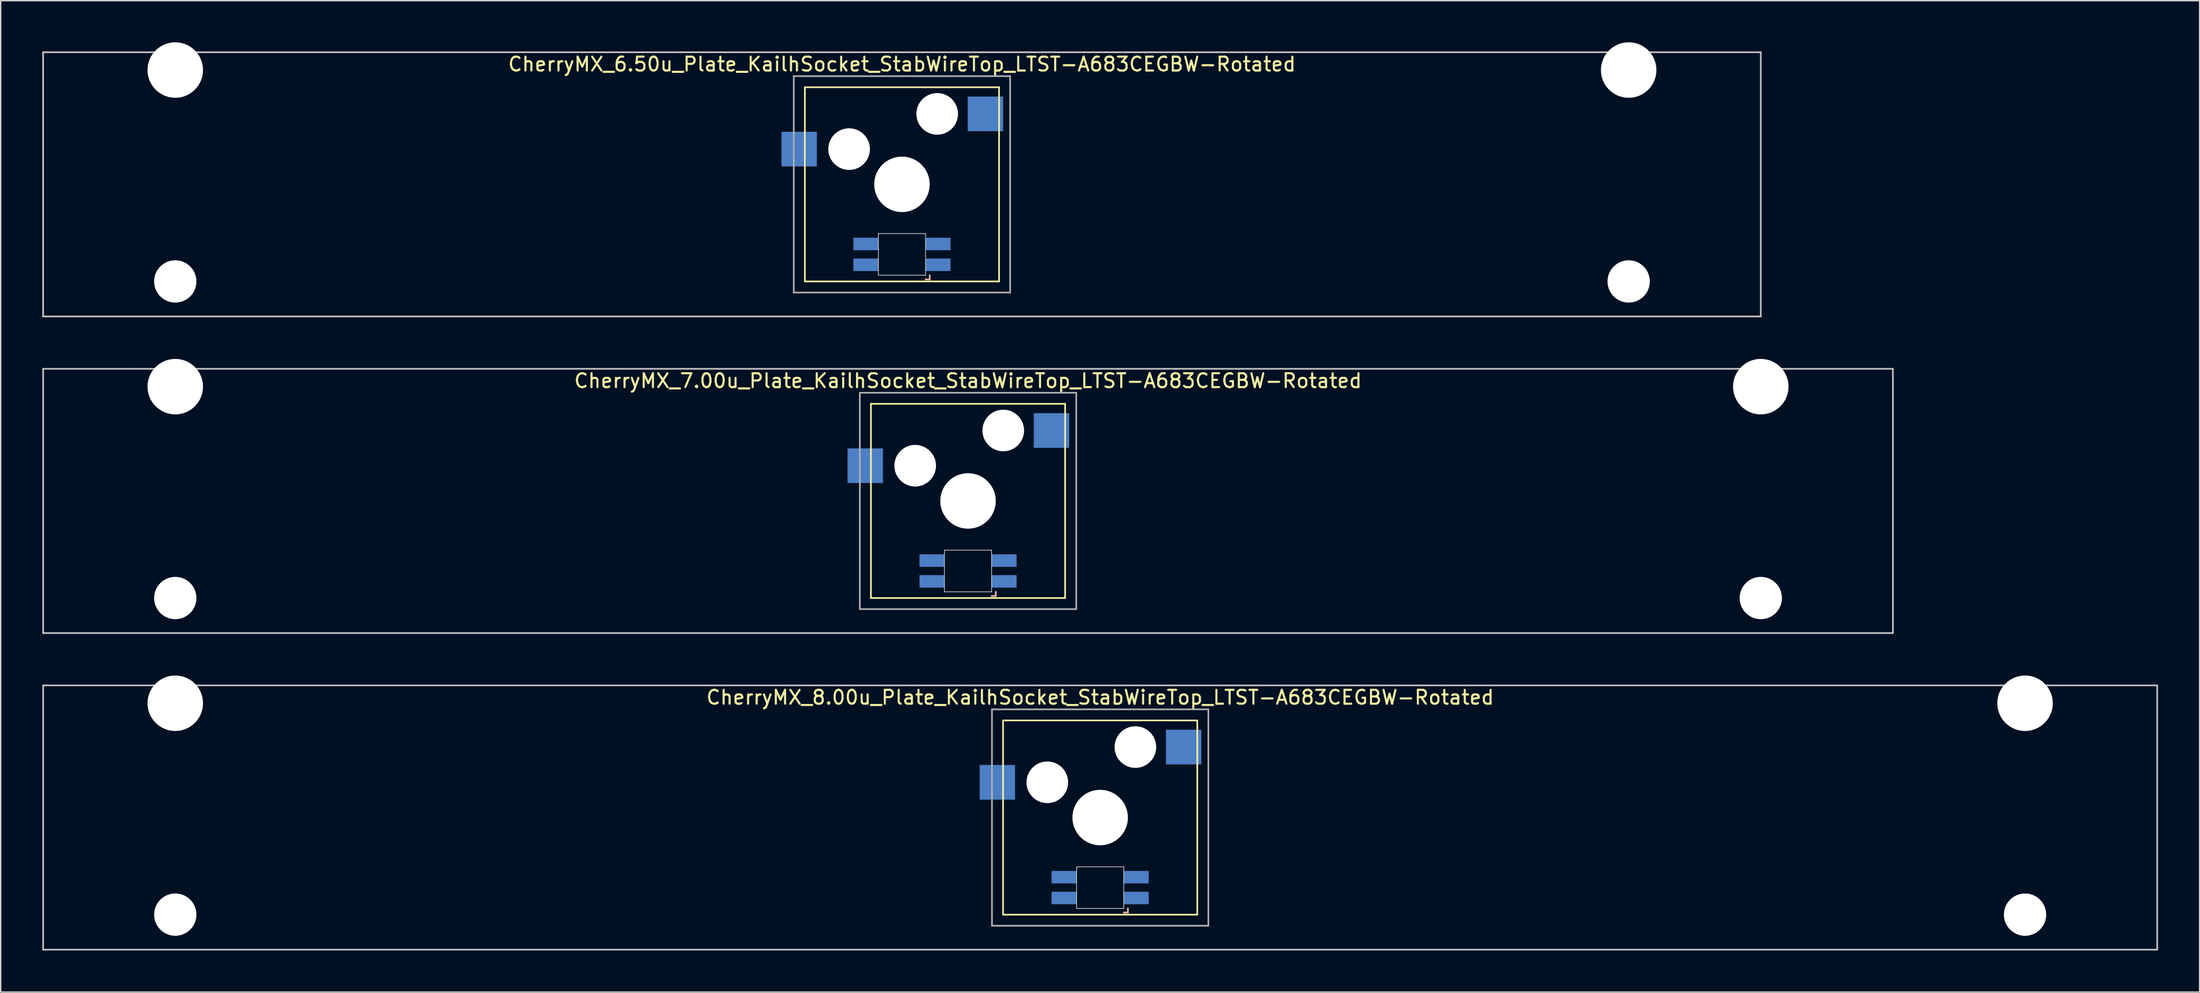
<source format=kicad_pcb>
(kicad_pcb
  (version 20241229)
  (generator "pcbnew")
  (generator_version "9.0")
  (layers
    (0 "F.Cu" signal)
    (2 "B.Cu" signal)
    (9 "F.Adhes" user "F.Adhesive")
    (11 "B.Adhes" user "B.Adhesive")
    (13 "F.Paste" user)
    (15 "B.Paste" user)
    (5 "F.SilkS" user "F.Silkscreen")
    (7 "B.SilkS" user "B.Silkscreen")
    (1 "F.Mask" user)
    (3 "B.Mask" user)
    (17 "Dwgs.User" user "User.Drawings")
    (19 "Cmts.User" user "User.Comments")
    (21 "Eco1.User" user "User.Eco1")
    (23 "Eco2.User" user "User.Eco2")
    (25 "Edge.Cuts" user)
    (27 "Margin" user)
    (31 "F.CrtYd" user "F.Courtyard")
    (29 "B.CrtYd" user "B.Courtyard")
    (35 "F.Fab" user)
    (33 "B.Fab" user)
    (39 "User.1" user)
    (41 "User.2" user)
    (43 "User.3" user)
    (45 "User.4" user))
  (footprint "CherryMX_8.00u_Plate_KailhSocket_StabWireTop_LTST-A683CEGBW-Rotated"
    (layer "F.Cu")
    (at 76.26 55.89)
    (property "Reference" "CherryMX_8.00u_Plate_KailhSocket_StabWireTop_LTST-A683CEGBW-Rotated" (at 0 -8.662 0) (layer "F.SilkS") (effects (font (size 1 1) (thickness 0.15))))
    (attr through_hole)
    (fp_line (start -7 -7) (end -7 7) (stroke (width 0.12) (type solid)) (layer "F.SilkS"))
    (fp_line (start -7 -7) (end 7 -7) (stroke (width 0.12) (type solid)) (layer "F.SilkS"))
    (fp_line (start 7 -7) (end 7 7) (stroke (width 0.12) (type solid)) (layer "F.SilkS"))
    (fp_line (start 7 7) (end -7 7) (stroke (width 0.12) (type solid)) (layer "F.SilkS"))
    (fp_line (start 1.7 6.85) (end 2 6.85) (stroke (width 0.12) (type solid)) (layer "B.SilkS"))
    (fp_line (start 2 6.85) (end 2 6.55) (stroke (width 0.12) (type solid)) (layer "B.SilkS"))
    (fp_line (start -76.2 -9.525) (end 76.2 -9.525) (stroke (width 0.12) (type solid)) (layer "Dwgs.User"))
    (fp_line (start -76.2 9.525) (end -76.2 -9.525) (stroke (width 0.12) (type solid)) (layer "Dwgs.User"))
    (fp_line (start 76.2 -9.525) (end 76.2 9.525) (stroke (width 0.12) (type solid)) (layer "Dwgs.User"))
    (fp_line (start 76.2 9.525) (end -76.2 9.525) (stroke (width 0.12) (type solid)) (layer "Dwgs.User"))
    (fp_line (start -1.7 3.55) (end 1.7 3.55) (stroke (width 0.05) (type solid)) (layer "Edge.Cuts"))
    (fp_line (start -1.7 6.55) (end -1.7 3.55) (stroke (width 0.05) (type solid)) (layer "Edge.Cuts"))
    (fp_line (start 1.7 3.55) (end 1.7 6.55) (stroke (width 0.05) (type solid)) (layer "Edge.Cuts"))
    (fp_line (start 1.7 6.55) (end -1.7 6.55) (stroke (width 0.05) (type solid)) (layer "Edge.Cuts"))
    (fp_line (start -7.8 -7.8) (end -7.8 7.8) (stroke (width 0.12) (type solid)) (layer "F.Fab"))
    (fp_line (start -7.8 -7.8) (end 7.8 -7.8) (stroke (width 0.12) (type solid)) (layer "F.Fab"))
    (fp_line (start -7.8 7.8) (end 7.8 7.8) (stroke (width 0.12) (type solid)) (layer "F.Fab"))
    (fp_line (start 7.8 -7.8) (end 7.8 7.8) (stroke (width 0.12) (type solid)) (layer "F.Fab"))
    (pad "" np_thru_hole circle (at -66.675 -8.24) (size 4 4) (drill 4) (layers "*.Cu" "*.Mask"))
    (pad "" np_thru_hole circle (at -66.675 7) (size 3.05 3.05) (drill 3.05) (layers "*.Cu" "*.Mask"))
    (pad "" np_thru_hole circle (at -3.81 -2.54) (size 3 3) (drill 3) (layers "*.Cu" "*.Mask"))
    (pad "" np_thru_hole circle (at 0 0) (size 4 4) (drill 4) (layers "*.Cu" "*.Mask"))
    (pad "" np_thru_hole circle (at 2.54 -5.08) (size 3 3) (drill 3) (layers "*.Cu" "*.Mask"))
    (pad "" np_thru_hole circle (at 66.675 -8.24) (size 4 4) (drill 4) (layers "*.Cu" "*.Mask"))
    (pad "" np_thru_hole circle (at 66.675 7) (size 3.05 3.05) (drill 3.05) (layers "*.Cu" "*.Mask"))
    (pad "1" smd rect (at -7.41 -2.54) (size 2.55 2.5) (layers "B.Cu" "B.Mask" "B.Paste"))
    (pad "2" smd rect (at 6.015 -5.08) (size 2.55 2.5) (layers "B.Cu" "B.Mask" "B.Paste"))
    (pad "3" smd rect (at 2.6 5.8 180) (size 1.8 0.9) (layers "B.Cu" "B.Mask" "B.Paste"))
    (pad "4" smd rect (at 2.6 4.3 180) (size 1.8 0.9) (layers "B.Cu" "B.Mask" "B.Paste"))
    (pad "5" smd rect (at -2.6 5.8 180) (size 1.8 0.9) (layers "B.Cu" "B.Mask" "B.Paste"))
    (pad "6" smd rect (at -2.6 4.3 180) (size 1.8 0.9) (layers "B.Cu" "B.Mask" "B.Paste")))
  (footprint "CherryMX_7.00u_Plate_KailhSocket_StabWireTop_LTST-A683CEGBW-Rotated"
    (layer "F.Cu")
    (at 66.735 33.065)
    (property "Reference" "CherryMX_7.00u_Plate_KailhSocket_StabWireTop_LTST-A683CEGBW-Rotated" (at 0 -8.662 0) (layer "F.SilkS") (effects (font (size 1 1) (thickness 0.15))))
    (attr through_hole)
    (fp_line (start -7 -7) (end -7 7) (stroke (width 0.12) (type solid)) (layer "F.SilkS"))
    (fp_line (start -7 -7) (end 7 -7) (stroke (width 0.12) (type solid)) (layer "F.SilkS"))
    (fp_line (start 7 -7) (end 7 7) (stroke (width 0.12) (type solid)) (layer "F.SilkS"))
    (fp_line (start 7 7) (end -7 7) (stroke (width 0.12) (type solid)) (layer "F.SilkS"))
    (fp_line (start 1.7 6.85) (end 2 6.85) (stroke (width 0.12) (type solid)) (layer "B.SilkS"))
    (fp_line (start 2 6.85) (end 2 6.55) (stroke (width 0.12) (type solid)) (layer "B.SilkS"))
    (fp_line (start -66.675 -9.525) (end 66.675 -9.525) (stroke (width 0.12) (type solid)) (layer "Dwgs.User"))
    (fp_line (start -66.675 9.525) (end -66.675 -9.525) (stroke (width 0.12) (type solid)) (layer "Dwgs.User"))
    (fp_line (start 66.675 -9.525) (end 66.675 9.525) (stroke (width 0.12) (type solid)) (layer "Dwgs.User"))
    (fp_line (start 66.675 9.525) (end -66.675 9.525) (stroke (width 0.12) (type solid)) (layer "Dwgs.User"))
    (fp_line (start -1.7 3.55) (end 1.7 3.55) (stroke (width 0.05) (type solid)) (layer "Edge.Cuts"))
    (fp_line (start -1.7 6.55) (end -1.7 3.55) (stroke (width 0.05) (type solid)) (layer "Edge.Cuts"))
    (fp_line (start 1.7 3.55) (end 1.7 6.55) (stroke (width 0.05) (type solid)) (layer "Edge.Cuts"))
    (fp_line (start 1.7 6.55) (end -1.7 6.55) (stroke (width 0.05) (type solid)) (layer "Edge.Cuts"))
    (fp_line (start -7.8 -7.8) (end -7.8 7.8) (stroke (width 0.12) (type solid)) (layer "F.Fab"))
    (fp_line (start -7.8 -7.8) (end 7.8 -7.8) (stroke (width 0.12) (type solid)) (layer "F.Fab"))
    (fp_line (start -7.8 7.8) (end 7.8 7.8) (stroke (width 0.12) (type solid)) (layer "F.Fab"))
    (fp_line (start 7.8 -7.8) (end 7.8 7.8) (stroke (width 0.12) (type solid)) (layer "F.Fab"))
    (pad "" np_thru_hole circle (at -57.15 -8.24) (size 4 4) (drill 4) (layers "*.Cu" "*.Mask"))
    (pad "" np_thru_hole circle (at -57.15 7) (size 3.05 3.05) (drill 3.05) (layers "*.Cu" "*.Mask"))
    (pad "" np_thru_hole circle (at -3.81 -2.54) (size 3 3) (drill 3) (layers "*.Cu" "*.Mask"))
    (pad "" np_thru_hole circle (at 0 0) (size 4 4) (drill 4) (layers "*.Cu" "*.Mask"))
    (pad "" np_thru_hole circle (at 2.54 -5.08) (size 3 3) (drill 3) (layers "*.Cu" "*.Mask"))
    (pad "" np_thru_hole circle (at 57.15 -8.24) (size 4 4) (drill 4) (layers "*.Cu" "*.Mask"))
    (pad "" np_thru_hole circle (at 57.15 7) (size 3.05 3.05) (drill 3.05) (layers "*.Cu" "*.Mask"))
    (pad "1" smd rect (at -7.41 -2.54) (size 2.55 2.5) (layers "B.Cu" "B.Mask" "B.Paste"))
    (pad "2" smd rect (at 6.015 -5.08) (size 2.55 2.5) (layers "B.Cu" "B.Mask" "B.Paste"))
    (pad "3" smd rect (at 2.6 5.8) (size 1.8 0.9) (layers "B.Cu" "B.Mask" "B.Paste"))
    (pad "4" smd rect (at 2.6 4.3) (size 1.8 0.9) (layers "B.Cu" "B.Mask" "B.Paste"))
    (pad "5" smd rect (at -2.6 5.8) (size 1.8 0.9) (layers "B.Cu" "B.Mask" "B.Paste"))
    (pad "6" smd rect (at -2.6 4.3) (size 1.8 0.9) (layers "B.Cu" "B.Mask" "B.Paste")))
  (footprint "CherryMX_6.50u_Plate_KailhSocket_StabWireTop_LTST-A683CEGBW-Rotated"
    (layer "F.Cu")
    (at 61.972 10.24)
    (property "Reference" "CherryMX_6.50u_Plate_KailhSocket_StabWireTop_LTST-A683CEGBW-Rotated" (at 0 -8.662 0) (layer "F.SilkS") (effects (font (size 1 1) (thickness 0.15))))
    (attr through_hole)
    (fp_line (start -7 -7) (end -7 7) (stroke (width 0.12) (type solid)) (layer "F.SilkS"))
    (fp_line (start -7 -7) (end 7 -7) (stroke (width 0.12) (type solid)) (layer "F.SilkS"))
    (fp_line (start 7 -7) (end 7 7) (stroke (width 0.12) (type solid)) (layer "F.SilkS"))
    (fp_line (start 7 7) (end -7 7) (stroke (width 0.12) (type solid)) (layer "F.SilkS"))
    (fp_line (start 1.7 6.85) (end 2 6.85) (stroke (width 0.12) (type solid)) (layer "B.SilkS"))
    (fp_line (start 2 6.85) (end 2 6.55) (stroke (width 0.12) (type solid)) (layer "B.SilkS"))
    (fp_line (start -61.913 -9.525) (end 61.913 -9.525) (stroke (width 0.12) (type solid)) (layer "Dwgs.User"))
    (fp_line (start -61.913 9.525) (end -61.913 -9.525) (stroke (width 0.12) (type solid)) (layer "Dwgs.User"))
    (fp_line (start 61.913 -9.525) (end 61.913 9.525) (stroke (width 0.12) (type solid)) (layer "Dwgs.User"))
    (fp_line (start 61.913 9.525) (end -61.913 9.525) (stroke (width 0.12) (type solid)) (layer "Dwgs.User"))
    (fp_line (start -1.7 3.55) (end 1.7 3.55) (stroke (width 0.05) (type solid)) (layer "Edge.Cuts"))
    (fp_line (start -1.7 6.55) (end -1.7 3.55) (stroke (width 0.05) (type solid)) (layer "Edge.Cuts"))
    (fp_line (start 1.7 3.55) (end 1.7 6.55) (stroke (width 0.05) (type solid)) (layer "Edge.Cuts"))
    (fp_line (start 1.7 6.55) (end -1.7 6.55) (stroke (width 0.05) (type solid)) (layer "Edge.Cuts"))
    (fp_line (start -7.8 -7.8) (end -7.8 7.8) (stroke (width 0.12) (type solid)) (layer "F.Fab"))
    (fp_line (start -7.8 -7.8) (end 7.8 -7.8) (stroke (width 0.12) (type solid)) (layer "F.Fab"))
    (fp_line (start -7.8 7.8) (end 7.8 7.8) (stroke (width 0.12) (type solid)) (layer "F.Fab"))
    (fp_line (start 7.8 -7.8) (end 7.8 7.8) (stroke (width 0.12) (type solid)) (layer "F.Fab"))
    (pad "" np_thru_hole circle (at -52.388 -8.24) (size 4 4) (drill 4) (layers "*.Cu" "*.Mask"))
    (pad "" np_thru_hole circle (at -52.388 7) (size 3.05 3.05) (drill 3.05) (layers "*.Cu" "*.Mask"))
    (pad "" np_thru_hole circle (at -3.81 -2.54) (size 3 3) (drill 3) (layers "*.Cu" "*.Mask"))
    (pad "" np_thru_hole circle (at 0 0) (size 4 4) (drill 4) (layers "*.Cu" "*.Mask"))
    (pad "" np_thru_hole circle (at 2.54 -5.08) (size 3 3) (drill 3) (layers "*.Cu" "*.Mask"))
    (pad "" np_thru_hole circle (at 52.388 -8.24) (size 4 4) (drill 4) (layers "*.Cu" "*.Mask"))
    (pad "" np_thru_hole circle (at 52.388 7) (size 3.05 3.05) (drill 3.05) (layers "*.Cu" "*.Mask"))
    (pad "1" smd rect (at -7.41 -2.54) (size 2.55 2.5) (layers "B.Cu" "B.Mask" "B.Paste"))
    (pad "2" smd rect (at 6.015 -5.08) (size 2.55 2.5) (layers "B.Cu" "B.Mask" "B.Paste"))
    (pad "3" smd rect (at 2.6 5.8 180) (size 1.8 0.9) (layers "B.Cu" "B.Mask" "B.Paste"))
    (pad "4" smd rect (at 2.6 4.3 180) (size 1.8 0.9) (layers "B.Cu" "B.Mask" "B.Paste"))
    (pad "5" smd rect (at -2.6 5.8 180) (size 1.8 0.9) (layers "B.Cu" "B.Mask" "B.Paste"))
    (pad "6" smd rect (at -2.6 4.3 180) (size 1.8 0.9) (layers "B.Cu" "B.Mask" "B.Paste")))
  (gr_rect
    (start -3 -3)
    (end 155.52 68.475)
    (stroke (width 0.1) (type default))
    (fill no)
    (layer "Edge.Cuts")))
</source>
